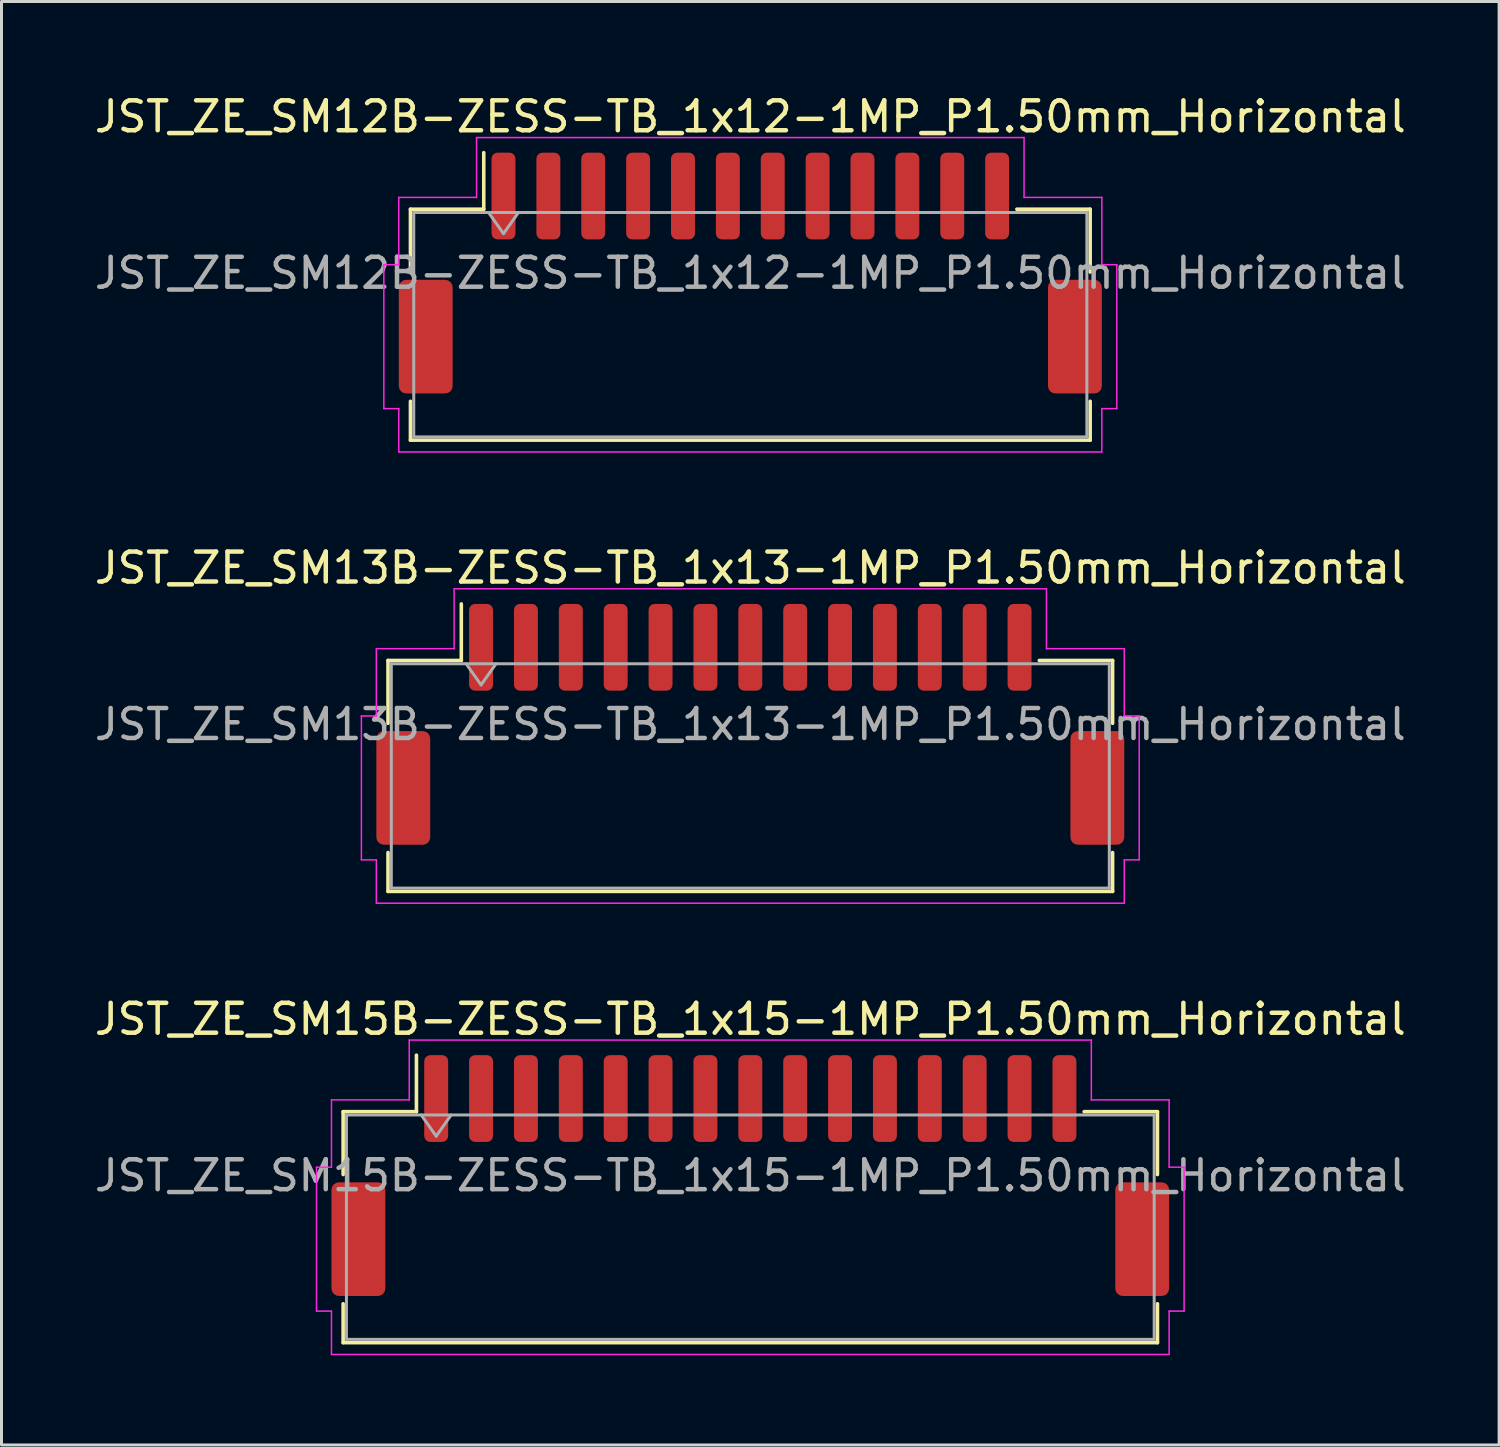
<source format=kicad_pcb>
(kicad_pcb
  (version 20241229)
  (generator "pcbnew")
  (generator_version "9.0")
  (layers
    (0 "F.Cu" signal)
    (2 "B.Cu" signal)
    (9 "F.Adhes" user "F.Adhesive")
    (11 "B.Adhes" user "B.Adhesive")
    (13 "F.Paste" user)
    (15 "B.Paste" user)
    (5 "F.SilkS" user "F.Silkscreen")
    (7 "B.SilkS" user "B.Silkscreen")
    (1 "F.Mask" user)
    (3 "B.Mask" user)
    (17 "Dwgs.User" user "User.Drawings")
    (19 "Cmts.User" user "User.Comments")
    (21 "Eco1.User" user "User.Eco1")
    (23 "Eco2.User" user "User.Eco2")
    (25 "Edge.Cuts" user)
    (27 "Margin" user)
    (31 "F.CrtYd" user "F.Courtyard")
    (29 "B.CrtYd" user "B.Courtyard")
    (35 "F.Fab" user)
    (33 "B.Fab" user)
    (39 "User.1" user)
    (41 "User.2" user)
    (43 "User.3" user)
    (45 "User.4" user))
  (footprint "JST_ZE_SM12B-ZESS-TB_1x12-1MP_P1.50mm_Horizontal"
    (layer "F.Cu")
    (at 22.03 6.078)
    (property "Reference" "JST_ZE_SM12B-ZESS-TB_1x12-1MP_P1.50mm_Horizontal" (at 0 -5.23 0) (layer "F.SilkS") (effects (font (size 1 1) (thickness 0.15))))
    (attr smd)
    (fp_line (start -11.36 -2.135) (end -8.91 -2.135) (stroke (width 0.12) (type solid)) (layer "F.SilkS"))
    (fp_line (start -11.36 -0.035) (end -11.36 -2.135) (stroke (width 0.12) (type solid)) (layer "F.SilkS"))
    (fp_line (start -11.36 4.285) (end -11.36 5.585) (stroke (width 0.12) (type solid)) (layer "F.SilkS"))
    (fp_line (start -11.36 5.585) (end 11.36 5.585) (stroke (width 0.12) (type solid)) (layer "F.SilkS"))
    (fp_line (start -8.91 -2.135) (end -8.91 -4.025) (stroke (width 0.12) (type solid)) (layer "F.SilkS"))
    (fp_line (start 11.36 -2.135) (end 8.91 -2.135) (stroke (width 0.12) (type solid)) (layer "F.SilkS"))
    (fp_line (start 11.36 -0.035) (end 11.36 -2.135) (stroke (width 0.12) (type solid)) (layer "F.SilkS"))
    (fp_line (start 11.36 5.585) (end 11.36 4.285) (stroke (width 0.12) (type solid)) (layer "F.SilkS"))
    (fp_line (start -12.25 -0.28) (end -11.75 -0.28) (stroke (width 0.05) (type solid)) (layer "F.CrtYd"))
    (fp_line (start -12.25 4.53) (end -12.25 -0.28) (stroke (width 0.05) (type solid)) (layer "F.CrtYd"))
    (fp_line (start -11.75 -2.53) (end -9.15 -2.53) (stroke (width 0.05) (type solid)) (layer "F.CrtYd"))
    (fp_line (start -11.75 -0.28) (end -11.75 -2.53) (stroke (width 0.05) (type solid)) (layer "F.CrtYd"))
    (fp_line (start -11.75 4.53) (end -12.25 4.53) (stroke (width 0.05) (type solid)) (layer "F.CrtYd"))
    (fp_line (start -11.75 5.98) (end -11.75 4.53) (stroke (width 0.05) (type solid)) (layer "F.CrtYd"))
    (fp_line (start -9.15 -4.53) (end 9.15 -4.53) (stroke (width 0.05) (type solid)) (layer "F.CrtYd"))
    (fp_line (start -9.15 -2.53) (end -9.15 -4.53) (stroke (width 0.05) (type solid)) (layer "F.CrtYd"))
    (fp_line (start 9.15 -4.53) (end 9.15 -2.53) (stroke (width 0.05) (type solid)) (layer "F.CrtYd"))
    (fp_line (start 9.15 -2.53) (end 11.75 -2.53) (stroke (width 0.05) (type solid)) (layer "F.CrtYd"))
    (fp_line (start 11.75 -2.53) (end 11.75 -0.28) (stroke (width 0.05) (type solid)) (layer "F.CrtYd"))
    (fp_line (start 11.75 -0.28) (end 12.25 -0.28) (stroke (width 0.05) (type solid)) (layer "F.CrtYd"))
    (fp_line (start 11.75 4.53) (end 11.75 5.98) (stroke (width 0.05) (type solid)) (layer "F.CrtYd"))
    (fp_line (start 11.75 5.98) (end -11.75 5.98) (stroke (width 0.05) (type solid)) (layer "F.CrtYd"))
    (fp_line (start 12.25 -0.28) (end 12.25 4.53) (stroke (width 0.05) (type solid)) (layer "F.CrtYd"))
    (fp_line (start 12.25 4.53) (end 11.75 4.53) (stroke (width 0.05) (type solid)) (layer "F.CrtYd"))
    (fp_line (start -11.25 -2.025) (end -11.25 5.475) (stroke (width 0.1) (type solid)) (layer "F.Fab"))
    (fp_line (start -11.25 -2.025) (end 11.25 -2.025) (stroke (width 0.1) (type solid)) (layer "F.Fab"))
    (fp_line (start -11.25 5.475) (end 11.25 5.475) (stroke (width 0.1) (type solid)) (layer "F.Fab"))
    (fp_line (start -8.75 -2.025) (end -8.25 -1.318) (stroke (width 0.1) (type solid)) (layer "F.Fab"))
    (fp_line (start -8.25 -1.318) (end -7.75 -2.025) (stroke (width 0.1) (type solid)) (layer "F.Fab"))
    (fp_line (start 11.25 -2.025) (end 11.25 5.475) (stroke (width 0.1) (type solid)) (layer "F.Fab"))
    (fp_text user "${REFERENCE}" (at 0 0 0) (layer "F.Fab") (effects (font (size 1 1) (thickness 0.15))))
    (pad "1" smd roundrect (at -8.25 -2.575) (size 0.8 2.9) (layers "F.Cu" "F.Mask" "F.Paste") (roundrect_rratio 0.25))
    (pad "2" smd roundrect (at -6.75 -2.575) (size 0.8 2.9) (layers "F.Cu" "F.Mask" "F.Paste") (roundrect_rratio 0.25))
    (pad "3" smd roundrect (at -5.25 -2.575) (size 0.8 2.9) (layers "F.Cu" "F.Mask" "F.Paste") (roundrect_rratio 0.25))
    (pad "4" smd roundrect (at -3.75 -2.575) (size 0.8 2.9) (layers "F.Cu" "F.Mask" "F.Paste") (roundrect_rratio 0.25))
    (pad "5" smd roundrect (at -2.25 -2.575) (size 0.8 2.9) (layers "F.Cu" "F.Mask" "F.Paste") (roundrect_rratio 0.25))
    (pad "6" smd roundrect (at -0.75 -2.575) (size 0.8 2.9) (layers "F.Cu" "F.Mask" "F.Paste") (roundrect_rratio 0.25))
    (pad "7" smd roundrect (at 0.75 -2.575) (size 0.8 2.9) (layers "F.Cu" "F.Mask" "F.Paste") (roundrect_rratio 0.25))
    (pad "8" smd roundrect (at 2.25 -2.575) (size 0.8 2.9) (layers "F.Cu" "F.Mask" "F.Paste") (roundrect_rratio 0.25))
    (pad "9" smd roundrect (at 3.75 -2.575) (size 0.8 2.9) (layers "F.Cu" "F.Mask" "F.Paste") (roundrect_rratio 0.25))
    (pad "10" smd roundrect (at 5.25 -2.575) (size 0.8 2.9) (layers "F.Cu" "F.Mask" "F.Paste") (roundrect_rratio 0.25))
    (pad "11" smd roundrect (at 6.75 -2.575) (size 0.8 2.9) (layers "F.Cu" "F.Mask" "F.Paste") (roundrect_rratio 0.25))
    (pad "12" smd roundrect (at 8.25 -2.575) (size 0.8 2.9) (layers "F.Cu" "F.Mask" "F.Paste") (roundrect_rratio 0.25))
    (pad "MP" smd roundrect (at -10.85 2.125) (size 1.8 3.8) (layers "F.Cu" "F.Mask" "F.Paste") (roundrect_rratio 0.139))
    (pad "MP" smd roundrect (at 10.85 2.125) (size 1.8 3.8) (layers "F.Cu" "F.Mask" "F.Paste") (roundrect_rratio 0.139)))
  (footprint "JST_ZE_SM15B-ZESS-TB_1x15-1MP_P1.50mm_Horizontal"
    (layer "F.Cu")
    (at 22.03 36.245)
    (property "Reference" "JST_ZE_SM15B-ZESS-TB_1x15-1MP_P1.50mm_Horizontal" (at 0 -5.23 0) (layer "F.SilkS") (effects (font (size 1 1) (thickness 0.15))))
    (attr smd)
    (fp_line (start -13.61 -2.135) (end -11.16 -2.135) (stroke (width 0.12) (type solid)) (layer "F.SilkS"))
    (fp_line (start -13.61 -0.035) (end -13.61 -2.135) (stroke (width 0.12) (type solid)) (layer "F.SilkS"))
    (fp_line (start -13.61 4.285) (end -13.61 5.585) (stroke (width 0.12) (type solid)) (layer "F.SilkS"))
    (fp_line (start -13.61 5.585) (end 13.61 5.585) (stroke (width 0.12) (type solid)) (layer "F.SilkS"))
    (fp_line (start -11.16 -2.135) (end -11.16 -4.025) (stroke (width 0.12) (type solid)) (layer "F.SilkS"))
    (fp_line (start 13.61 -2.135) (end 11.16 -2.135) (stroke (width 0.12) (type solid)) (layer "F.SilkS"))
    (fp_line (start 13.61 -0.035) (end 13.61 -2.135) (stroke (width 0.12) (type solid)) (layer "F.SilkS"))
    (fp_line (start 13.61 5.585) (end 13.61 4.285) (stroke (width 0.12) (type solid)) (layer "F.SilkS"))
    (fp_line (start -14.5 -0.28) (end -14 -0.28) (stroke (width 0.05) (type solid)) (layer "F.CrtYd"))
    (fp_line (start -14.5 4.53) (end -14.5 -0.28) (stroke (width 0.05) (type solid)) (layer "F.CrtYd"))
    (fp_line (start -14 -2.53) (end -11.4 -2.53) (stroke (width 0.05) (type solid)) (layer "F.CrtYd"))
    (fp_line (start -14 -0.28) (end -14 -2.53) (stroke (width 0.05) (type solid)) (layer "F.CrtYd"))
    (fp_line (start -14 4.53) (end -14.5 4.53) (stroke (width 0.05) (type solid)) (layer "F.CrtYd"))
    (fp_line (start -14 5.98) (end -14 4.53) (stroke (width 0.05) (type solid)) (layer "F.CrtYd"))
    (fp_line (start -11.4 -4.53) (end 11.4 -4.53) (stroke (width 0.05) (type solid)) (layer "F.CrtYd"))
    (fp_line (start -11.4 -2.53) (end -11.4 -4.53) (stroke (width 0.05) (type solid)) (layer "F.CrtYd"))
    (fp_line (start 11.4 -4.53) (end 11.4 -2.53) (stroke (width 0.05) (type solid)) (layer "F.CrtYd"))
    (fp_line (start 11.4 -2.53) (end 14 -2.53) (stroke (width 0.05) (type solid)) (layer "F.CrtYd"))
    (fp_line (start 14 -2.53) (end 14 -0.28) (stroke (width 0.05) (type solid)) (layer "F.CrtYd"))
    (fp_line (start 14 -0.28) (end 14.5 -0.28) (stroke (width 0.05) (type solid)) (layer "F.CrtYd"))
    (fp_line (start 14 4.53) (end 14 5.98) (stroke (width 0.05) (type solid)) (layer "F.CrtYd"))
    (fp_line (start 14 5.98) (end -14 5.98) (stroke (width 0.05) (type solid)) (layer "F.CrtYd"))
    (fp_line (start 14.5 -0.28) (end 14.5 4.53) (stroke (width 0.05) (type solid)) (layer "F.CrtYd"))
    (fp_line (start 14.5 4.53) (end 14 4.53) (stroke (width 0.05) (type solid)) (layer "F.CrtYd"))
    (fp_line (start -13.5 -2.025) (end -13.5 5.475) (stroke (width 0.1) (type solid)) (layer "F.Fab"))
    (fp_line (start -13.5 -2.025) (end 13.5 -2.025) (stroke (width 0.1) (type solid)) (layer "F.Fab"))
    (fp_line (start -13.5 5.475) (end 13.5 5.475) (stroke (width 0.1) (type solid)) (layer "F.Fab"))
    (fp_line (start -11 -2.025) (end -10.5 -1.318) (stroke (width 0.1) (type solid)) (layer "F.Fab"))
    (fp_line (start -10.5 -1.318) (end -10 -2.025) (stroke (width 0.1) (type solid)) (layer "F.Fab"))
    (fp_line (start 13.5 -2.025) (end 13.5 5.475) (stroke (width 0.1) (type solid)) (layer "F.Fab"))
    (fp_text user "${REFERENCE}" (at 0 0 0) (layer "F.Fab") (effects (font (size 1 1) (thickness 0.15))))
    (pad "1" smd roundrect (at -10.5 -2.575) (size 0.8 2.9) (layers "F.Cu" "F.Mask" "F.Paste") (roundrect_rratio 0.25))
    (pad "2" smd roundrect (at -9 -2.575) (size 0.8 2.9) (layers "F.Cu" "F.Mask" "F.Paste") (roundrect_rratio 0.25))
    (pad "3" smd roundrect (at -7.5 -2.575) (size 0.8 2.9) (layers "F.Cu" "F.Mask" "F.Paste") (roundrect_rratio 0.25))
    (pad "4" smd roundrect (at -6 -2.575) (size 0.8 2.9) (layers "F.Cu" "F.Mask" "F.Paste") (roundrect_rratio 0.25))
    (pad "5" smd roundrect (at -4.5 -2.575) (size 0.8 2.9) (layers "F.Cu" "F.Mask" "F.Paste") (roundrect_rratio 0.25))
    (pad "6" smd roundrect (at -3 -2.575) (size 0.8 2.9) (layers "F.Cu" "F.Mask" "F.Paste") (roundrect_rratio 0.25))
    (pad "7" smd roundrect (at -1.5 -2.575) (size 0.8 2.9) (layers "F.Cu" "F.Mask" "F.Paste") (roundrect_rratio 0.25))
    (pad "8" smd roundrect (at 0 -2.575) (size 0.8 2.9) (layers "F.Cu" "F.Mask" "F.Paste") (roundrect_rratio 0.25))
    (pad "9" smd roundrect (at 1.5 -2.575) (size 0.8 2.9) (layers "F.Cu" "F.Mask" "F.Paste") (roundrect_rratio 0.25))
    (pad "10" smd roundrect (at 3 -2.575) (size 0.8 2.9) (layers "F.Cu" "F.Mask" "F.Paste") (roundrect_rratio 0.25))
    (pad "11" smd roundrect (at 4.5 -2.575) (size 0.8 2.9) (layers "F.Cu" "F.Mask" "F.Paste") (roundrect_rratio 0.25))
    (pad "12" smd roundrect (at 6 -2.575) (size 0.8 2.9) (layers "F.Cu" "F.Mask" "F.Paste") (roundrect_rratio 0.25))
    (pad "13" smd roundrect (at 7.5 -2.575) (size 0.8 2.9) (layers "F.Cu" "F.Mask" "F.Paste") (roundrect_rratio 0.25))
    (pad "14" smd roundrect (at 9 -2.575) (size 0.8 2.9) (layers "F.Cu" "F.Mask" "F.Paste") (roundrect_rratio 0.25))
    (pad "15" smd roundrect (at 10.5 -2.575) (size 0.8 2.9) (layers "F.Cu" "F.Mask" "F.Paste") (roundrect_rratio 0.25))
    (pad "MP" smd roundrect (at -13.1 2.125) (size 1.8 3.8) (layers "F.Cu" "F.Mask" "F.Paste") (roundrect_rratio 0.139))
    (pad "MP" smd roundrect (at 13.1 2.125) (size 1.8 3.8) (layers "F.Cu" "F.Mask" "F.Paste") (roundrect_rratio 0.139)))
  (footprint "JST_ZE_SM13B-ZESS-TB_1x13-1MP_P1.50mm_Horizontal"
    (layer "F.Cu")
    (at 22.03 21.162)
    (property "Reference" "JST_ZE_SM13B-ZESS-TB_1x13-1MP_P1.50mm_Horizontal" (at 0 -5.23 0) (layer "F.SilkS") (effects (font (size 1 1) (thickness 0.15))))
    (attr smd)
    (fp_line (start -12.11 -2.135) (end -9.66 -2.135) (stroke (width 0.12) (type solid)) (layer "F.SilkS"))
    (fp_line (start -12.11 -0.035) (end -12.11 -2.135) (stroke (width 0.12) (type solid)) (layer "F.SilkS"))
    (fp_line (start -12.11 4.285) (end -12.11 5.585) (stroke (width 0.12) (type solid)) (layer "F.SilkS"))
    (fp_line (start -12.11 5.585) (end 12.11 5.585) (stroke (width 0.12) (type solid)) (layer "F.SilkS"))
    (fp_line (start -9.66 -2.135) (end -9.66 -4.025) (stroke (width 0.12) (type solid)) (layer "F.SilkS"))
    (fp_line (start 12.11 -2.135) (end 9.66 -2.135) (stroke (width 0.12) (type solid)) (layer "F.SilkS"))
    (fp_line (start 12.11 -0.035) (end 12.11 -2.135) (stroke (width 0.12) (type solid)) (layer "F.SilkS"))
    (fp_line (start 12.11 5.585) (end 12.11 4.285) (stroke (width 0.12) (type solid)) (layer "F.SilkS"))
    (fp_line (start -13 -0.28) (end -12.5 -0.28) (stroke (width 0.05) (type solid)) (layer "F.CrtYd"))
    (fp_line (start -13 4.53) (end -13 -0.28) (stroke (width 0.05) (type solid)) (layer "F.CrtYd"))
    (fp_line (start -12.5 -2.53) (end -9.9 -2.53) (stroke (width 0.05) (type solid)) (layer "F.CrtYd"))
    (fp_line (start -12.5 -0.28) (end -12.5 -2.53) (stroke (width 0.05) (type solid)) (layer "F.CrtYd"))
    (fp_line (start -12.5 4.53) (end -13 4.53) (stroke (width 0.05) (type solid)) (layer "F.CrtYd"))
    (fp_line (start -12.5 5.98) (end -12.5 4.53) (stroke (width 0.05) (type solid)) (layer "F.CrtYd"))
    (fp_line (start -9.9 -4.53) (end 9.9 -4.53) (stroke (width 0.05) (type solid)) (layer "F.CrtYd"))
    (fp_line (start -9.9 -2.53) (end -9.9 -4.53) (stroke (width 0.05) (type solid)) (layer "F.CrtYd"))
    (fp_line (start 9.9 -4.53) (end 9.9 -2.53) (stroke (width 0.05) (type solid)) (layer "F.CrtYd"))
    (fp_line (start 9.9 -2.53) (end 12.5 -2.53) (stroke (width 0.05) (type solid)) (layer "F.CrtYd"))
    (fp_line (start 12.5 -2.53) (end 12.5 -0.28) (stroke (width 0.05) (type solid)) (layer "F.CrtYd"))
    (fp_line (start 12.5 -0.28) (end 13 -0.28) (stroke (width 0.05) (type solid)) (layer "F.CrtYd"))
    (fp_line (start 12.5 4.53) (end 12.5 5.98) (stroke (width 0.05) (type solid)) (layer "F.CrtYd"))
    (fp_line (start 12.5 5.98) (end -12.5 5.98) (stroke (width 0.05) (type solid)) (layer "F.CrtYd"))
    (fp_line (start 13 -0.28) (end 13 4.53) (stroke (width 0.05) (type solid)) (layer "F.CrtYd"))
    (fp_line (start 13 4.53) (end 12.5 4.53) (stroke (width 0.05) (type solid)) (layer "F.CrtYd"))
    (fp_line (start -12 -2.025) (end -12 5.475) (stroke (width 0.1) (type solid)) (layer "F.Fab"))
    (fp_line (start -12 -2.025) (end 12 -2.025) (stroke (width 0.1) (type solid)) (layer "F.Fab"))
    (fp_line (start -12 5.475) (end 12 5.475) (stroke (width 0.1) (type solid)) (layer "F.Fab"))
    (fp_line (start -9.5 -2.025) (end -9 -1.318) (stroke (width 0.1) (type solid)) (layer "F.Fab"))
    (fp_line (start -9 -1.318) (end -8.5 -2.025) (stroke (width 0.1) (type solid)) (layer "F.Fab"))
    (fp_line (start 12 -2.025) (end 12 5.475) (stroke (width 0.1) (type solid)) (layer "F.Fab"))
    (fp_text user "${REFERENCE}" (at 0 0 0) (layer "F.Fab") (effects (font (size 1 1) (thickness 0.15))))
    (pad "1" smd roundrect (at -9 -2.575) (size 0.8 2.9) (layers "F.Cu" "F.Mask" "F.Paste") (roundrect_rratio 0.25))
    (pad "2" smd roundrect (at -7.5 -2.575) (size 0.8 2.9) (layers "F.Cu" "F.Mask" "F.Paste") (roundrect_rratio 0.25))
    (pad "3" smd roundrect (at -6 -2.575) (size 0.8 2.9) (layers "F.Cu" "F.Mask" "F.Paste") (roundrect_rratio 0.25))
    (pad "4" smd roundrect (at -4.5 -2.575) (size 0.8 2.9) (layers "F.Cu" "F.Mask" "F.Paste") (roundrect_rratio 0.25))
    (pad "5" smd roundrect (at -3 -2.575) (size 0.8 2.9) (layers "F.Cu" "F.Mask" "F.Paste") (roundrect_rratio 0.25))
    (pad "6" smd roundrect (at -1.5 -2.575) (size 0.8 2.9) (layers "F.Cu" "F.Mask" "F.Paste") (roundrect_rratio 0.25))
    (pad "7" smd roundrect (at 0 -2.575) (size 0.8 2.9) (layers "F.Cu" "F.Mask" "F.Paste") (roundrect_rratio 0.25))
    (pad "8" smd roundrect (at 1.5 -2.575) (size 0.8 2.9) (layers "F.Cu" "F.Mask" "F.Paste") (roundrect_rratio 0.25))
    (pad "9" smd roundrect (at 3 -2.575) (size 0.8 2.9) (layers "F.Cu" "F.Mask" "F.Paste") (roundrect_rratio 0.25))
    (pad "10" smd roundrect (at 4.5 -2.575) (size 0.8 2.9) (layers "F.Cu" "F.Mask" "F.Paste") (roundrect_rratio 0.25))
    (pad "11" smd roundrect (at 6 -2.575) (size 0.8 2.9) (layers "F.Cu" "F.Mask" "F.Paste") (roundrect_rratio 0.25))
    (pad "12" smd roundrect (at 7.5 -2.575) (size 0.8 2.9) (layers "F.Cu" "F.Mask" "F.Paste") (roundrect_rratio 0.25))
    (pad "13" smd roundrect (at 9 -2.575) (size 0.8 2.9) (layers "F.Cu" "F.Mask" "F.Paste") (roundrect_rratio 0.25))
    (pad "MP" smd roundrect (at -11.6 2.125) (size 1.8 3.8) (layers "F.Cu" "F.Mask" "F.Paste") (roundrect_rratio 0.139))
    (pad "MP" smd roundrect (at 11.6 2.125) (size 1.8 3.8) (layers "F.Cu" "F.Mask" "F.Paste") (roundrect_rratio 0.139)))
  (gr_rect
    (start -3 -3)
    (end 47.06 45.25)
    (stroke (width 0.1) (type default))
    (fill no)
    (layer "Edge.Cuts")))
</source>
